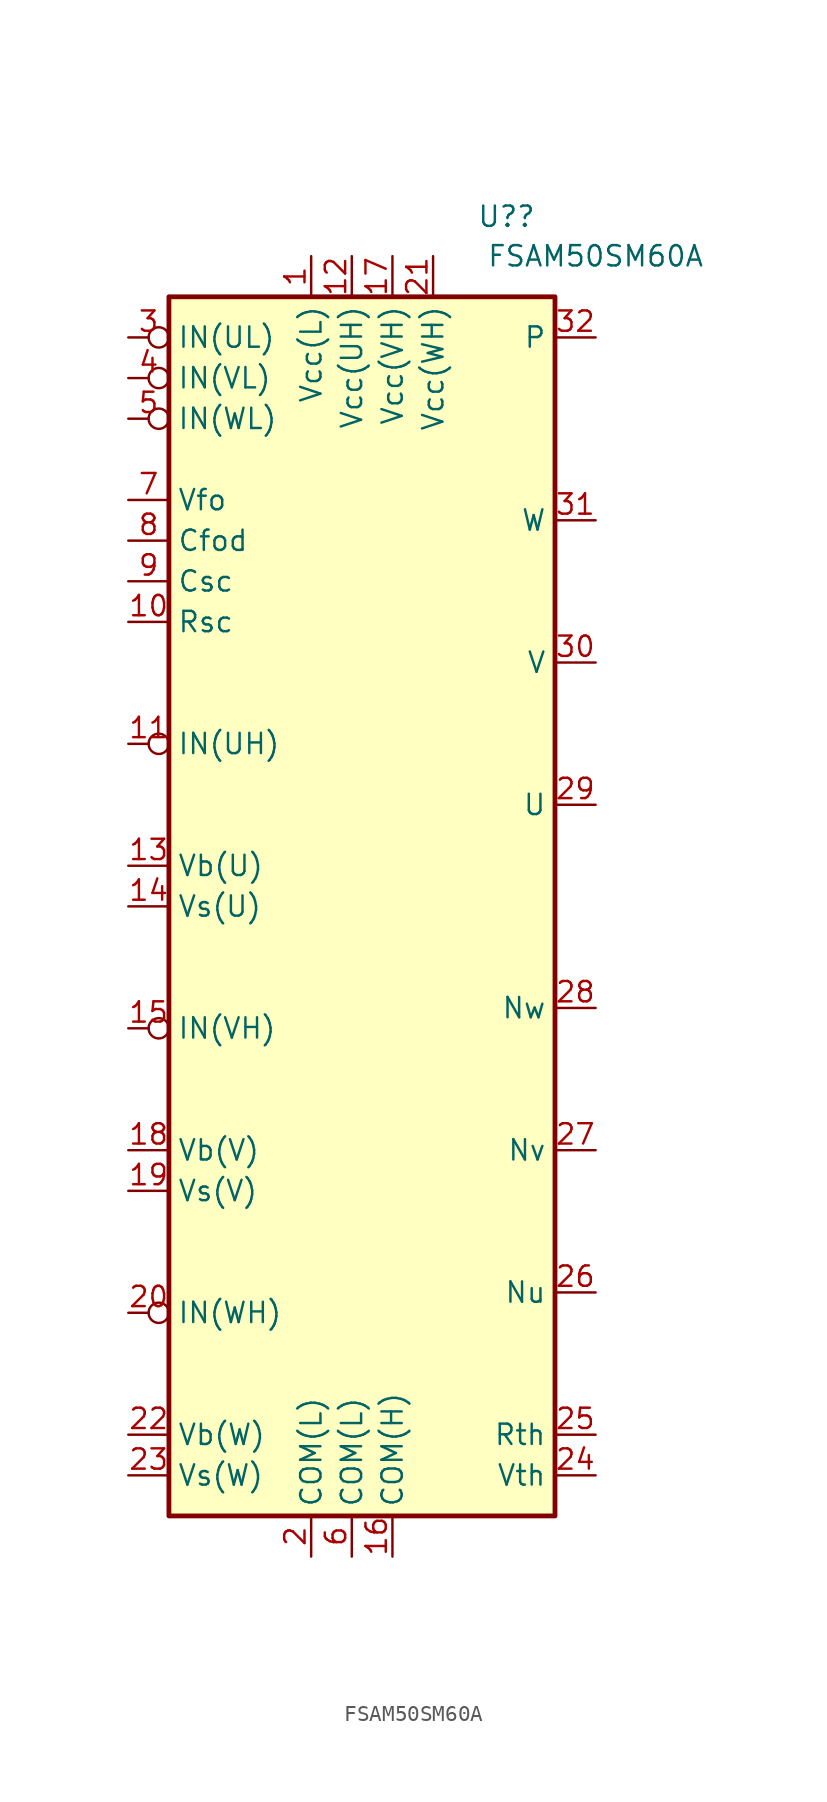
<source format=kicad_sym>
(kicad_symbol_lib
  (version 20211014)
  (generator kicad_symbol_editor)
  (symbol "FSAM50SM60A"
    (property "Reference" "U?"
      (at 9.667 24.063 0)
      (effects (font (size 1.27 1.27))))
    (property "Value" "FSAM50SM60A"
      (at 15.24 21.59 0)
      (effects (font (size 1.27 1.27))))
    (symbol "FSAM50SM60A_0_0"
      (text "" (at -12.7 10.16 0) (effects (font (size 1.27 1.27)))))
    (symbol "FSAM50SM60A_0_1"
      (rectangle (start -11.43 19.05) (end 12.7 -57.15) (stroke (width 0.3) (type default) (color 0 0 0 0)) (fill (type background))))
    (symbol "FSAM50SM60A_1_1"
      (pin input line (at -2.54 21.59 270) (length 2.54) (name "Vcc(L)" (effects (font (size 1.27 1.27)))) (number "1" (effects (font (size 1.27 1.27)))))
      (pin input line (at -13.97 -1.27 0) (length 2.54) (name "Rsc" (effects (font (size 1.27 1.27)))) (number "10" (effects (font (size 1.27 1.27)))))
      (pin input inverted (at -13.97 -8.89 0) (length 2.54) (name "IN(UH)" (effects (font (size 1.27 1.27)))) (number "11" (effects (font (size 1.27 1.27)))))
      (pin input line (at 0 21.59 270) (length 2.54) (name "Vcc(UH)" (effects (font (size 1.27 1.27)))) (number "12" (effects (font (size 1.27 1.27)))))
      (pin input line (at -13.97 -16.51 0) (length 2.54) (name "Vb(U)" (effects (font (size 1.27 1.27)))) (number "13" (effects (font (size 1.27 1.27)))))
      (pin input line (at -13.97 -19.05 0) (length 2.54) (name "Vs(U)" (effects (font (size 1.27 1.27)))) (number "14" (effects (font (size 1.27 1.27)))))
      (pin input inverted (at -13.97 -26.67 0) (length 2.54) (name "IN(VH)" (effects (font (size 1.27 1.27)))) (number "15" (effects (font (size 1.27 1.27)))))
      (pin input line (at 2.54 -59.69 90) (length 2.54) (name "COM(H)" (effects (font (size 1.27 1.27)))) (number "16" (effects (font (size 1.27 1.27)))))
      (pin input line (at 2.54 21.59 270) (length 2.54) (name "Vcc(VH)" (effects (font (size 1.27 1.27)))) (number "17" (effects (font (size 1.27 1.27)))))
      (pin input line (at -13.97 -34.29 0) (length 2.54) (name "Vb(V)" (effects (font (size 1.27 1.27)))) (number "18" (effects (font (size 1.27 1.27)))))
      (pin input line (at -13.97 -36.83 0) (length 2.54) (name "Vs(V)" (effects (font (size 1.27 1.27)))) (number "19" (effects (font (size 1.27 1.27)))))
      (pin input line (at -2.54 -59.69 90) (length 2.54) (name "COM(L)" (effects (font (size 1.27 1.27)))) (number "2" (effects (font (size 1.27 1.27)))))
      (pin input inverted (at -13.97 -44.45 0) (length 2.54) (name "IN(WH)" (effects (font (size 1.27 1.27)))) (number "20" (effects (font (size 1.27 1.27)))))
      (pin input line (at 5.08 21.59 270) (length 2.54) (name "Vcc(WH)" (effects (font (size 1.27 1.27)))) (number "21" (effects (font (size 1.27 1.27)))))
      (pin input line (at -13.97 -52.07 0) (length 2.54) (name "Vb(W)" (effects (font (size 1.27 1.27)))) (number "22" (effects (font (size 1.27 1.27)))))
      (pin input line (at -13.97 -54.61 0) (length 2.54) (name "Vs(W)" (effects (font (size 1.27 1.27)))) (number "23" (effects (font (size 1.27 1.27)))))
      (pin input line (at 15.24 -54.61 180) (length 2.54) (name "Vth" (effects (font (size 1.27 1.27)))) (number "24" (effects (font (size 1.27 1.27)))))
      (pin output line (at 15.24 -52.07 180) (length 2.54) (name "Rth" (effects (font (size 1.27 1.27)))) (number "25" (effects (font (size 1.27 1.27)))))
      (pin input line (at 15.24 -43.18 180) (length 2.54) (name "Nu" (effects (font (size 1.27 1.27)))) (number "26" (effects (font (size 1.27 1.27)))))
      (pin input line (at 15.24 -34.29 180) (length 2.54) (name "Nv" (effects (font (size 1.27 1.27)))) (number "27" (effects (font (size 1.27 1.27)))))
      (pin input line (at 15.24 -25.4 180) (length 2.54) (name "Nw" (effects (font (size 1.27 1.27)))) (number "28" (effects (font (size 1.27 1.27)))))
      (pin output line (at 15.24 -12.7 180) (length 2.54) (name "U" (effects (font (size 1.27 1.27)))) (number "29" (effects (font (size 1.27 1.27)))))
      (pin input inverted (at -13.97 16.51 0) (length 2.54) (name "IN(UL)" (effects (font (size 1.27 1.27)))) (number "3" (effects (font (size 1.27 1.27)))))
      (pin output line (at 15.24 -3.81 180) (length 2.54) (name "V" (effects (font (size 1.27 1.27)))) (number "30" (effects (font (size 1.27 1.27)))))
      (pin output line (at 15.24 5.08 180) (length 2.54) (name "W" (effects (font (size 1.27 1.27)))) (number "31" (effects (font (size 1.27 1.27)))))
      (pin input line (at 15.24 16.51 180) (length 2.54) (name "P" (effects (font (size 1.27 1.27)))) (number "32" (effects (font (size 1.27 1.27)))))
      (pin input inverted (at -13.97 13.97 0) (length 2.54) (name "IN(VL)" (effects (font (size 1.27 1.27)))) (number "4" (effects (font (size 1.27 1.27)))))
      (pin input inverted (at -13.97 11.43 0) (length 2.54) (name "IN(WL)" (effects (font (size 1.27 1.27)))) (number "5" (effects (font (size 1.27 1.27)))))
      (pin input line (at 0 -59.69 90) (length 2.54) (name "COM(L)" (effects (font (size 1.27 1.27)))) (number "6" (effects (font (size 1.27 1.27)))))
      (pin output line (at -13.97 6.35 0) (length 2.54) (name "Vfo" (effects (font (size 1.27 1.27)))) (number "7" (effects (font (size 1.27 1.27)))))
      (pin output line (at -13.97 3.81 0) (length 2.54) (name "Cfod" (effects (font (size 1.27 1.27)))) (number "8" (effects (font (size 1.27 1.27)))))
      (pin input line (at -13.97 1.27 0) (length 2.54) (name "Csc" (effects (font (size 1.27 1.27)))) (number "9" (effects (font (size 1.27 1.27))))))))
</source>
